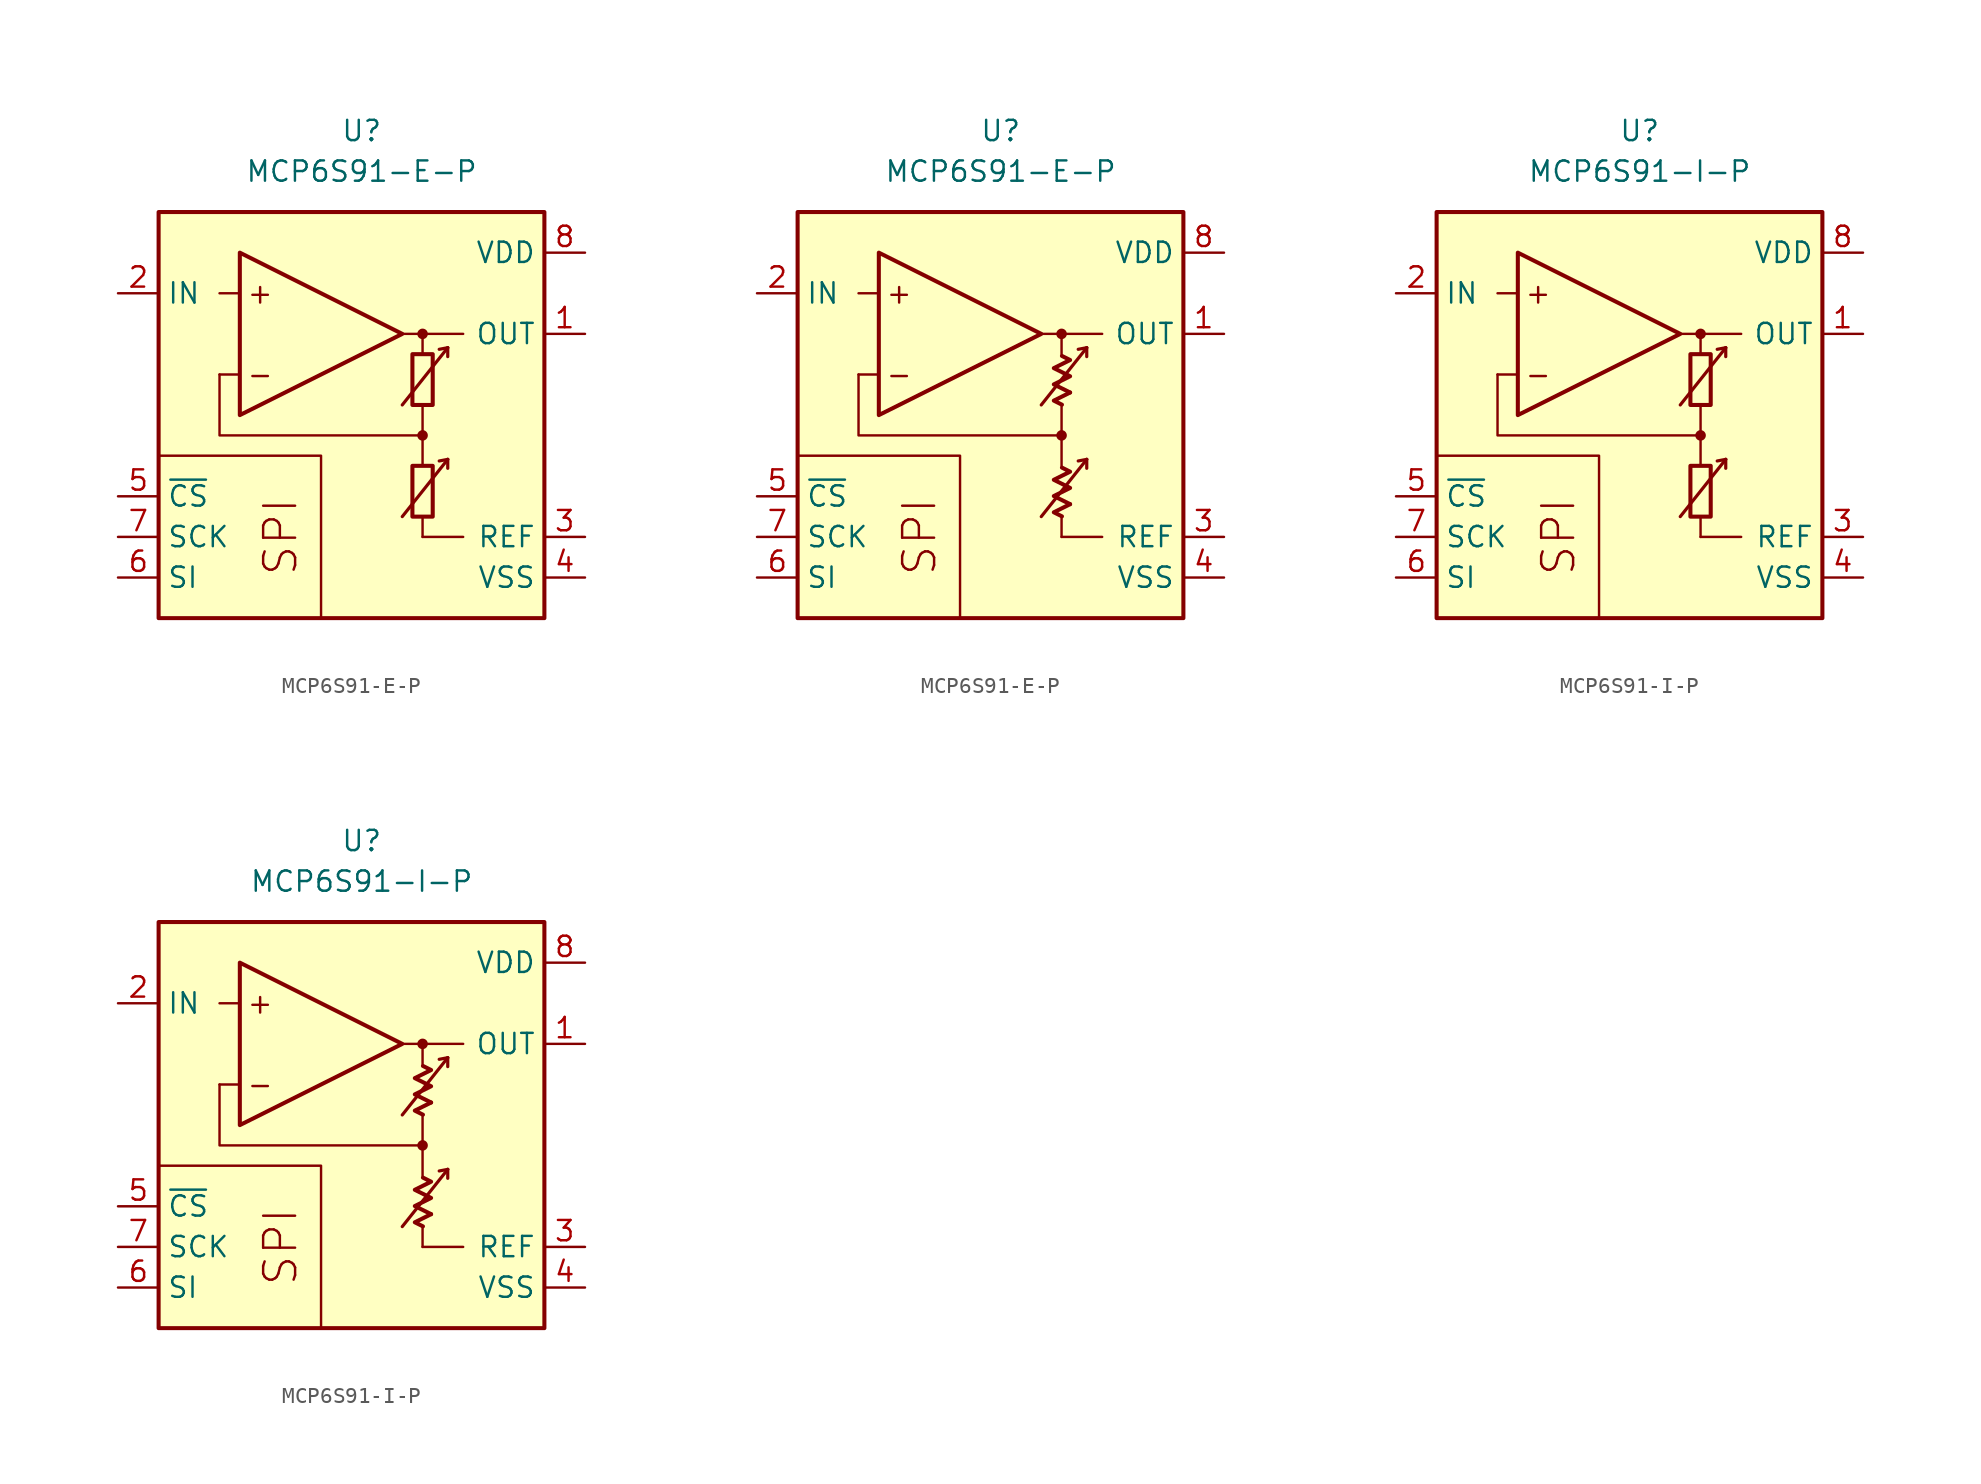
<source format=kicad_sym>
(kicad_symbol_lib
  (version 20231120)
  (generator "kicad_symbol_editor")
  (generator_version "8.0")
  (symbol "MCP6S91-E-P"
    (property "Reference" "U"
      (at 0 17.78 0)
      (effects (font (size 1.27 1.27))))
    (property "Value" "MCP6S91-E-P"
      (at 0 15.24 0)
      (effects (font (size 1.27 1.27))))
    (symbol "MCP6S91-E-P_0_0"
      (rectangle (start -12.7 12.7) (end 11.43 -12.7) (stroke (width 0.254) (type default)) (fill (type background)))
      (polyline (pts (xy 3.81 -3.81)) (stroke (width 0.152) (type default)) (fill (type none)))
      (polyline (pts (xy 3.81 -3.81)) (stroke (width 0.152) (type default)) (fill (type none)))
      (polyline (pts (xy 3.81 -3.175)) (stroke (width 0.152) (type default)) (fill (type none)))
      (polyline (pts (xy 3.81 3.175)) (stroke (width 0.152) (type default)) (fill (type none)))
      (polyline (pts (xy 3.81 3.81)) (stroke (width 0.152) (type default)) (fill (type none)))
      (polyline (pts (xy 3.81 3.81)) (stroke (width 0.152) (type default)) (fill (type none)))
      (polyline (pts (xy -7.62 2.54) (xy -8.89 2.54)) (stroke (width 0.152) (type default)) (fill (type none)))
      (polyline (pts (xy -7.62 7.62) (xy -8.89 7.62)) (stroke (width 0.152) (type default)) (fill (type none)))
      (polyline (pts (xy 2.54 5.08) (xy 6.35 5.08)) (stroke (width 0.152) (type default)) (fill (type none)))
      (polyline (pts (xy 3.81 -6.35) (xy 3.81 -7.62)) (stroke (width 0.152) (type default)) (fill (type none)))
      (polyline (pts (xy 3.81 -1.27) (xy 3.81 -3.175)) (stroke (width 0.152) (type default)) (fill (type none)))
      (polyline (pts (xy 3.81 0.635) (xy 3.81 -1.27)) (stroke (width 0.152) (type default)) (fill (type none)))
      (polyline (pts (xy 3.81 5.08) (xy 3.81 3.81)) (stroke (width 0.152) (type default)) (fill (type none)))
      (polyline (pts (xy -2.54 -12.7) (xy -2.54 -2.54) (xy -12.7 -2.54)) (stroke (width 0.152) (type default)) (fill (type none)))
      (polyline (pts (xy 3.81 -1.27) (xy -8.89 -1.27) (xy -8.89 2.54)) (stroke (width 0.152) (type default)) (fill (type none)))
      (circle (center 3.81 -1.27) (radius 0.254) (stroke (width 0.152) (type default)) (fill (type outline)))
      (circle (center 3.81 5.08) (radius 0.254) (stroke (width 0.152) (type default)) (fill (type outline)))
      (text "+" (at -6.35 7.62 0) (effects (font (size 1.27 1.27))))
      (text "-" (at -6.35 2.54 0) (effects (font (size 1.27 1.27))))
      (text "SPI" (at -5.08 -7.62 900) (effects (font (size 2 2)))))
    (symbol "MCP6S91-E-P_0_1"
      (rectangle (start 3.175 -3.175) (end 4.445 -6.35) (stroke (width 0.254) (type default)) (fill (type none)))
      (rectangle (start 3.175 3.81) (end 4.445 0.635) (stroke (width 0.254) (type default)) (fill (type none))))
    (symbol "MCP6S91-E-P_0_2"
      (polyline (pts (xy 4.343 -5.572) (xy 3.326 -6.08) (xy 3.834 -6.333)) (stroke (width 0.254) (type default)) (fill (type none)))
      (polyline (pts (xy 4.343 1.413) (xy 3.326 0.905) (xy 3.834 0.651)) (stroke (width 0.254) (type default)) (fill (type none)))
      (polyline (pts (xy 3.834 -3.285) (xy 4.343 -3.539) (xy 3.326 -4.048) (xy 4.343 -4.556) (xy 3.326 -5.064) (xy 4.343 -5.572)) (stroke (width 0.254) (type default)) (fill (type none)))
      (polyline (pts (xy 3.834 3.7) (xy 4.343 3.446) (xy 3.326 2.938) (xy 4.343 2.429) (xy 3.326 1.921) (xy 4.343 1.413)) (stroke (width 0.254) (type default)) (fill (type none))))
    (symbol "MCP6S91-E-P_1_0"
      (polyline (pts (xy 3.81 -7.62) (xy 6.35 -7.62)) (stroke (width 0) (type default)) (fill (type none)))
      (polyline (pts (xy 5.385 -2.769) (xy 4.851 -2.87)) (stroke (width 0.2) (type default)) (fill (type none)))
      (polyline (pts (xy 5.385 -2.769) (xy 5.385 -3.327)) (stroke (width 0.2) (type default)) (fill (type none)))
      (polyline (pts (xy 5.385 4.216) (xy 4.851 4.115)) (stroke (width 0.2) (type default)) (fill (type none)))
      (polyline (pts (xy 5.385 4.216) (xy 5.385 3.658)) (stroke (width 0.2) (type default)) (fill (type none)))
      (polyline (pts (xy -7.62 10.16) (xy -7.62 0) (xy 2.54 5.08) (xy -7.62 10.16)) (stroke (width 0.254) (type default)) (fill (type background)))
      (polyline (pts (xy 2.54 -6.35) (xy 5.385 -2.769) (xy 5.385 -2.769) (xy 5.385 -2.769)) (stroke (width 0.2) (type default)) (fill (type none)))
      (polyline (pts (xy 2.54 0.635) (xy 5.385 4.216) (xy 5.385 4.216) (xy 5.385 4.216)) (stroke (width 0.2) (type default)) (fill (type none))))
    (symbol "MCP6S91-E-P_1_1"
      (pin output line (at 13.97 5.08 180) (length 2.54) (name "OUT" (effects (font (size 1.27 1.27)))) (number "1" (effects (font (size 1.27 1.27)))))
      (pin input line (at -15.24 7.62 0) (length 2.54) (name "IN" (effects (font (size 1.27 1.27)))) (number "2" (effects (font (size 1.27 1.27)))))
      (pin passive line (at 13.97 -7.62 180) (length 2.54) (name "REF" (effects (font (size 1.27 1.27)))) (number "3" (effects (font (size 1.27 1.27)))))
      (pin power_in line (at 13.97 -10.16 180) (length 2.54) (name "VSS" (effects (font (size 1.27 1.27)))) (number "4" (effects (font (size 1.27 1.27)))))
      (pin input line (at -15.24 -5.08 0) (length 2.54) (name "~{CS}" (effects (font (size 1.27 1.27)))) (number "5" (effects (font (size 1.27 1.27)))))
      (pin input line (at -15.24 -10.16 0) (length 2.54) (name "SI" (effects (font (size 1.27 1.27)))) (number "6" (effects (font (size 1.27 1.27)))))
      (pin input line (at -15.24 -7.62 0) (length 2.54) (name "SCK" (effects (font (size 1.27 1.27)))) (number "7" (effects (font (size 1.27 1.27)))))
      (pin power_in line (at 13.97 10.16 180) (length 2.54) (name "VDD" (effects (font (size 1.27 1.27)))) (number "8" (effects (font (size 1.27 1.27))))))
    (symbol "MCP6S91-E-P_1_2"
      (pin output line (at 13.97 5.08 180) (length 2.54) (name "OUT" (effects (font (size 1.27 1.27)))) (number "1" (effects (font (size 1.27 1.27)))))
      (pin input line (at -15.24 7.62 0) (length 2.54) (name "IN" (effects (font (size 1.27 1.27)))) (number "2" (effects (font (size 1.27 1.27)))))
      (pin passive line (at 13.97 -7.62 180) (length 2.54) (name "REF" (effects (font (size 1.27 1.27)))) (number "3" (effects (font (size 1.27 1.27)))))
      (pin power_in line (at 13.97 -10.16 180) (length 2.54) (name "VSS" (effects (font (size 1.27 1.27)))) (number "4" (effects (font (size 1.27 1.27)))))
      (pin input line (at -15.24 -5.08 0) (length 2.54) (name "~{CS}" (effects (font (size 1.27 1.27)))) (number "5" (effects (font (size 1.27 1.27)))))
      (pin input line (at -15.24 -10.16 0) (length 2.54) (name "SI" (effects (font (size 1.27 1.27)))) (number "6" (effects (font (size 1.27 1.27)))))
      (pin input line (at -15.24 -7.62 0) (length 2.54) (name "SCK" (effects (font (size 1.27 1.27)))) (number "7" (effects (font (size 1.27 1.27)))))
      (pin power_in line (at 13.97 10.16 180) (length 2.54) (name "VDD" (effects (font (size 1.27 1.27)))) (number "8" (effects (font (size 1.27 1.27)))))))
  (symbol "MCP6S91-I-P"
    (property "Reference" "U"
      (at 0 17.78 0)
      (effects (font (size 1.27 1.27))))
    (property "Value" "MCP6S91-I-P"
      (at 0 15.24 0)
      (effects (font (size 1.27 1.27))))
    (symbol "MCP6S91-I-P_0_0"
      (rectangle (start -12.7 12.7) (end 11.43 -12.7) (stroke (width 0.254) (type default)) (fill (type background)))
      (polyline (pts (xy 3.81 -3.81)) (stroke (width 0.152) (type default)) (fill (type none)))
      (polyline (pts (xy 3.81 -3.81)) (stroke (width 0.152) (type default)) (fill (type none)))
      (polyline (pts (xy 3.81 -3.175)) (stroke (width 0.152) (type default)) (fill (type none)))
      (polyline (pts (xy 3.81 3.175)) (stroke (width 0.152) (type default)) (fill (type none)))
      (polyline (pts (xy 3.81 3.81)) (stroke (width 0.152) (type default)) (fill (type none)))
      (polyline (pts (xy 3.81 3.81)) (stroke (width 0.152) (type default)) (fill (type none)))
      (polyline (pts (xy -7.62 2.54) (xy -8.89 2.54)) (stroke (width 0.152) (type default)) (fill (type none)))
      (polyline (pts (xy -7.62 7.62) (xy -8.89 7.62)) (stroke (width 0.152) (type default)) (fill (type none)))
      (polyline (pts (xy 2.54 5.08) (xy 6.35 5.08)) (stroke (width 0.152) (type default)) (fill (type none)))
      (polyline (pts (xy 3.81 -6.35) (xy 3.81 -7.62)) (stroke (width 0.152) (type default)) (fill (type none)))
      (polyline (pts (xy 3.81 -1.27) (xy 3.81 -3.175)) (stroke (width 0.152) (type default)) (fill (type none)))
      (polyline (pts (xy 3.81 0.635) (xy 3.81 -1.27)) (stroke (width 0.152) (type default)) (fill (type none)))
      (polyline (pts (xy 3.81 5.08) (xy 3.81 3.81)) (stroke (width 0.152) (type default)) (fill (type none)))
      (polyline (pts (xy -2.54 -12.7) (xy -2.54 -2.54) (xy -12.7 -2.54)) (stroke (width 0.152) (type default)) (fill (type none)))
      (polyline (pts (xy 3.81 -1.27) (xy -8.89 -1.27) (xy -8.89 2.54)) (stroke (width 0.152) (type default)) (fill (type none)))
      (circle (center 3.81 -1.27) (radius 0.254) (stroke (width 0.152) (type default)) (fill (type outline)))
      (circle (center 3.81 5.08) (radius 0.254) (stroke (width 0.152) (type default)) (fill (type outline)))
      (text "+" (at -6.35 7.62 0) (effects (font (size 1.27 1.27))))
      (text "-" (at -6.35 2.54 0) (effects (font (size 1.27 1.27))))
      (text "SPI" (at -5.08 -7.62 900) (effects (font (size 2 2)))))
    (symbol "MCP6S91-I-P_0_1"
      (rectangle (start 3.175 -3.175) (end 4.445 -6.35) (stroke (width 0.254) (type default)) (fill (type none)))
      (rectangle (start 3.175 3.81) (end 4.445 0.635) (stroke (width 0.254) (type default)) (fill (type none))))
    (symbol "MCP6S91-I-P_0_2"
      (polyline (pts (xy 4.343 -5.572) (xy 3.326 -6.08) (xy 3.834 -6.333)) (stroke (width 0.254) (type default)) (fill (type none)))
      (polyline (pts (xy 4.343 1.413) (xy 3.326 0.905) (xy 3.834 0.651)) (stroke (width 0.254) (type default)) (fill (type none)))
      (polyline (pts (xy 3.834 -3.285) (xy 4.343 -3.539) (xy 3.326 -4.048) (xy 4.343 -4.556) (xy 3.326 -5.064) (xy 4.343 -5.572)) (stroke (width 0.254) (type default)) (fill (type none)))
      (polyline (pts (xy 3.834 3.7) (xy 4.343 3.446) (xy 3.326 2.938) (xy 4.343 2.429) (xy 3.326 1.921) (xy 4.343 1.413)) (stroke (width 0.254) (type default)) (fill (type none))))
    (symbol "MCP6S91-I-P_1_0"
      (polyline (pts (xy 3.81 -7.62) (xy 6.35 -7.62)) (stroke (width 0) (type default)) (fill (type none)))
      (polyline (pts (xy 5.385 -2.769) (xy 4.851 -2.87)) (stroke (width 0.2) (type default)) (fill (type none)))
      (polyline (pts (xy 5.385 -2.769) (xy 5.385 -3.327)) (stroke (width 0.2) (type default)) (fill (type none)))
      (polyline (pts (xy 5.385 4.216) (xy 4.851 4.115)) (stroke (width 0.2) (type default)) (fill (type none)))
      (polyline (pts (xy 5.385 4.216) (xy 5.385 3.658)) (stroke (width 0.2) (type default)) (fill (type none)))
      (polyline (pts (xy -7.62 10.16) (xy -7.62 0) (xy 2.54 5.08) (xy -7.62 10.16)) (stroke (width 0.254) (type default)) (fill (type background)))
      (polyline (pts (xy 2.54 -6.35) (xy 5.385 -2.769) (xy 5.385 -2.769) (xy 5.385 -2.769)) (stroke (width 0.2) (type default)) (fill (type none)))
      (polyline (pts (xy 2.54 0.635) (xy 5.385 4.216) (xy 5.385 4.216) (xy 5.385 4.216)) (stroke (width 0.2) (type default)) (fill (type none))))
    (symbol "MCP6S91-I-P_1_1"
      (pin output line (at 13.97 5.08 180) (length 2.54) (name "OUT" (effects (font (size 1.27 1.27)))) (number "1" (effects (font (size 1.27 1.27)))))
      (pin input line (at -15.24 7.62 0) (length 2.54) (name "IN" (effects (font (size 1.27 1.27)))) (number "2" (effects (font (size 1.27 1.27)))))
      (pin passive line (at 13.97 -7.62 180) (length 2.54) (name "REF" (effects (font (size 1.27 1.27)))) (number "3" (effects (font (size 1.27 1.27)))))
      (pin power_in line (at 13.97 -10.16 180) (length 2.54) (name "VSS" (effects (font (size 1.27 1.27)))) (number "4" (effects (font (size 1.27 1.27)))))
      (pin input line (at -15.24 -5.08 0) (length 2.54) (name "~{CS}" (effects (font (size 1.27 1.27)))) (number "5" (effects (font (size 1.27 1.27)))))
      (pin input line (at -15.24 -10.16 0) (length 2.54) (name "SI" (effects (font (size 1.27 1.27)))) (number "6" (effects (font (size 1.27 1.27)))))
      (pin input line (at -15.24 -7.62 0) (length 2.54) (name "SCK" (effects (font (size 1.27 1.27)))) (number "7" (effects (font (size 1.27 1.27)))))
      (pin power_in line (at 13.97 10.16 180) (length 2.54) (name "VDD" (effects (font (size 1.27 1.27)))) (number "8" (effects (font (size 1.27 1.27))))))
    (symbol "MCP6S91-I-P_1_2"
      (pin output line (at 13.97 5.08 180) (length 2.54) (name "OUT" (effects (font (size 1.27 1.27)))) (number "1" (effects (font (size 1.27 1.27)))))
      (pin input line (at -15.24 7.62 0) (length 2.54) (name "IN" (effects (font (size 1.27 1.27)))) (number "2" (effects (font (size 1.27 1.27)))))
      (pin passive line (at 13.97 -7.62 180) (length 2.54) (name "REF" (effects (font (size 1.27 1.27)))) (number "3" (effects (font (size 1.27 1.27)))))
      (pin power_in line (at 13.97 -10.16 180) (length 2.54) (name "VSS" (effects (font (size 1.27 1.27)))) (number "4" (effects (font (size 1.27 1.27)))))
      (pin input line (at -15.24 -5.08 0) (length 2.54) (name "~{CS}" (effects (font (size 1.27 1.27)))) (number "5" (effects (font (size 1.27 1.27)))))
      (pin input line (at -15.24 -10.16 0) (length 2.54) (name "SI" (effects (font (size 1.27 1.27)))) (number "6" (effects (font (size 1.27 1.27)))))
      (pin input line (at -15.24 -7.62 0) (length 2.54) (name "SCK" (effects (font (size 1.27 1.27)))) (number "7" (effects (font (size 1.27 1.27)))))
      (pin power_in line (at 13.97 10.16 180) (length 2.54) (name "VDD" (effects (font (size 1.27 1.27)))) (number "8" (effects (font (size 1.27 1.27))))))))
</source>
